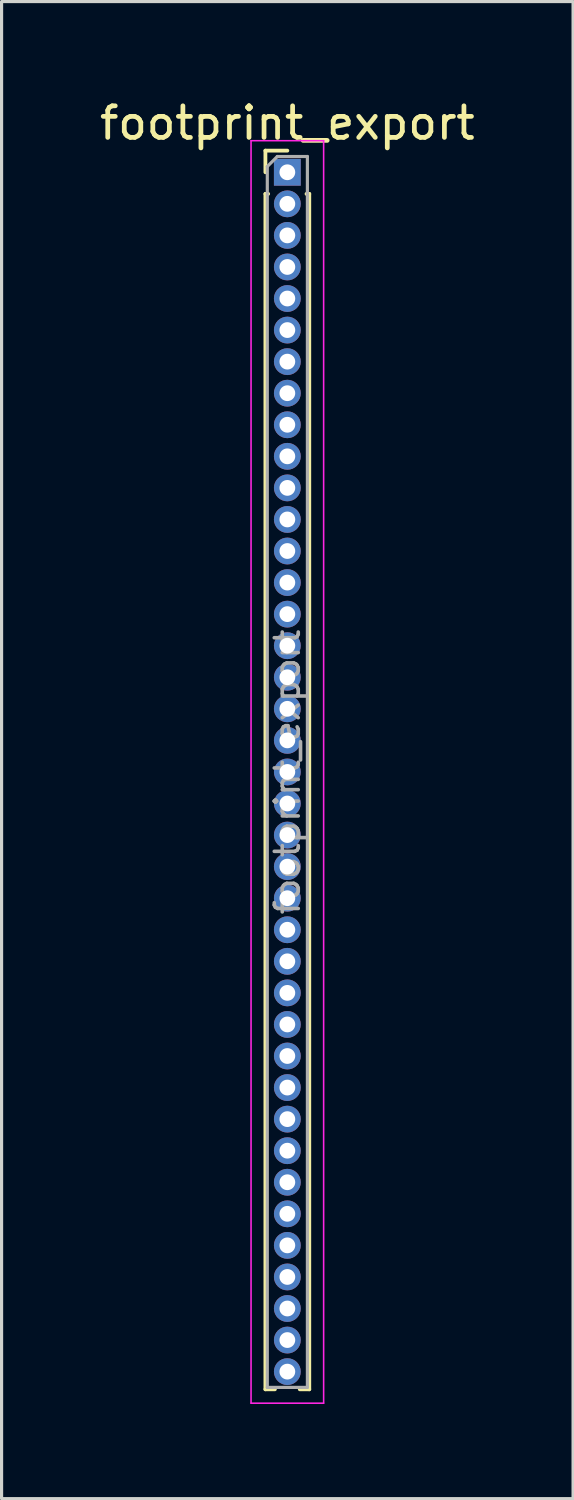
<source format=kicad_pcb>
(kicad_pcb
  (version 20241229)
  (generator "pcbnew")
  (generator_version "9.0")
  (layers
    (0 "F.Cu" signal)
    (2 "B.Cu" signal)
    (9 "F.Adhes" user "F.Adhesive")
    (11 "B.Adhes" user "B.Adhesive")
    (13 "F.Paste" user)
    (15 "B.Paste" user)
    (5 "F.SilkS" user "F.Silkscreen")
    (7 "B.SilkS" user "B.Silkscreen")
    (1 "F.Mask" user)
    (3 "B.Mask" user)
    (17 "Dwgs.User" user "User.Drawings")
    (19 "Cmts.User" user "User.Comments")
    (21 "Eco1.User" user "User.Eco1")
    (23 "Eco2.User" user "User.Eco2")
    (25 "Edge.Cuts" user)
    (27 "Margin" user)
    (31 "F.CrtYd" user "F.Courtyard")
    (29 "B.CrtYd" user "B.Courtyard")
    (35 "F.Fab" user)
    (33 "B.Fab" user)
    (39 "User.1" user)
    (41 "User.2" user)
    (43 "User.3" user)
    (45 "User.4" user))
  (footprint "footprint_export"
    (layer "F.Cu")
    (at 6.054 2.408)
    (property "Reference" "footprint_export" (at 0 -1.56 0) (layer "F.SilkS") (effects (font (size 1 1) (thickness 0.15))))
    (attr through_hole)
    (fp_line (start -0.695 -0.685) (end 0 -0.685) (stroke (width 0.12) (type solid)) (layer "F.SilkS"))
    (fp_line (start -0.695 0) (end -0.695 -0.685) (stroke (width 0.12) (type solid)) (layer "F.SilkS"))
    (fp_line (start -0.695 0.685) (end -0.695 38.56) (stroke (width 0.12) (type solid)) (layer "F.SilkS"))
    (fp_line (start -0.695 0.685) (end -0.608 0.685) (stroke (width 0.12) (type solid)) (layer "F.SilkS"))
    (fp_line (start -0.695 38.56) (end -0.394 38.56) (stroke (width 0.12) (type solid)) (layer "F.SilkS"))
    (fp_line (start 0.394 38.56) (end 0.695 38.56) (stroke (width 0.12) (type solid)) (layer "F.SilkS"))
    (fp_line (start 0.608 0.685) (end 0.695 0.685) (stroke (width 0.12) (type solid)) (layer "F.SilkS"))
    (fp_line (start 0.695 0.685) (end 0.695 38.56) (stroke (width 0.12) (type solid)) (layer "F.SilkS"))
    (fp_line (start -1.15 -1) (end -1.15 39) (stroke (width 0.05) (type solid)) (layer "F.CrtYd"))
    (fp_line (start -1.15 39) (end 1.15 39) (stroke (width 0.05) (type solid)) (layer "F.CrtYd"))
    (fp_line (start 1.15 -1) (end -1.15 -1) (stroke (width 0.05) (type solid)) (layer "F.CrtYd"))
    (fp_line (start 1.15 39) (end 1.15 -1) (stroke (width 0.05) (type solid)) (layer "F.CrtYd"))
    (fp_line (start -0.635 -0.182) (end -0.318 -0.5) (stroke (width 0.1) (type solid)) (layer "F.Fab"))
    (fp_line (start -0.635 38.5) (end -0.635 -0.182) (stroke (width 0.1) (type solid)) (layer "F.Fab"))
    (fp_line (start -0.318 -0.5) (end 0.635 -0.5) (stroke (width 0.1) (type solid)) (layer "F.Fab"))
    (fp_line (start 0.635 -0.5) (end 0.635 38.5) (stroke (width 0.1) (type solid)) (layer "F.Fab"))
    (fp_line (start 0.635 38.5) (end -0.635 38.5) (stroke (width 0.1) (type solid)) (layer "F.Fab"))
    (fp_text user "${REFERENCE}" (at 0 19 90) (layer "F.Fab") (effects (font (size 0.76 0.76) (thickness 0.114))))
    (pad "1" thru_hole rect (at 0 0) (size 0.85 0.85) (drill 0.5) (layers "*.Cu" "*.Mask"))
    (pad "2" thru_hole oval (at 0 1) (size 0.85 0.85) (drill 0.5) (layers "*.Cu" "*.Mask"))
    (pad "3" thru_hole oval (at 0 2) (size 0.85 0.85) (drill 0.5) (layers "*.Cu" "*.Mask"))
    (pad "4" thru_hole oval (at 0 3) (size 0.85 0.85) (drill 0.5) (layers "*.Cu" "*.Mask"))
    (pad "5" thru_hole oval (at 0 4) (size 0.85 0.85) (drill 0.5) (layers "*.Cu" "*.Mask"))
    (pad "6" thru_hole oval (at 0 5) (size 0.85 0.85) (drill 0.5) (layers "*.Cu" "*.Mask"))
    (pad "7" thru_hole oval (at 0 6) (size 0.85 0.85) (drill 0.5) (layers "*.Cu" "*.Mask"))
    (pad "8" thru_hole oval (at 0 7) (size 0.85 0.85) (drill 0.5) (layers "*.Cu" "*.Mask"))
    (pad "9" thru_hole oval (at 0 8) (size 0.85 0.85) (drill 0.5) (layers "*.Cu" "*.Mask"))
    (pad "10" thru_hole oval (at 0 9) (size 0.85 0.85) (drill 0.5) (layers "*.Cu" "*.Mask"))
    (pad "11" thru_hole oval (at 0 10) (size 0.85 0.85) (drill 0.5) (layers "*.Cu" "*.Mask"))
    (pad "12" thru_hole oval (at 0 11) (size 0.85 0.85) (drill 0.5) (layers "*.Cu" "*.Mask"))
    (pad "13" thru_hole oval (at 0 12) (size 0.85 0.85) (drill 0.5) (layers "*.Cu" "*.Mask"))
    (pad "14" thru_hole oval (at 0 13) (size 0.85 0.85) (drill 0.5) (layers "*.Cu" "*.Mask"))
    (pad "15" thru_hole oval (at 0 14) (size 0.85 0.85) (drill 0.5) (layers "*.Cu" "*.Mask"))
    (pad "16" thru_hole oval (at 0 15) (size 0.85 0.85) (drill 0.5) (layers "*.Cu" "*.Mask"))
    (pad "17" thru_hole oval (at 0 16) (size 0.85 0.85) (drill 0.5) (layers "*.Cu" "*.Mask"))
    (pad "18" thru_hole oval (at 0 17) (size 0.85 0.85) (drill 0.5) (layers "*.Cu" "*.Mask"))
    (pad "19" thru_hole oval (at 0 18) (size 0.85 0.85) (drill 0.5) (layers "*.Cu" "*.Mask"))
    (pad "20" thru_hole oval (at 0 19) (size 0.85 0.85) (drill 0.5) (layers "*.Cu" "*.Mask"))
    (pad "21" thru_hole oval (at 0 20) (size 0.85 0.85) (drill 0.5) (layers "*.Cu" "*.Mask"))
    (pad "22" thru_hole oval (at 0 21) (size 0.85 0.85) (drill 0.5) (layers "*.Cu" "*.Mask"))
    (pad "23" thru_hole oval (at 0 22) (size 0.85 0.85) (drill 0.5) (layers "*.Cu" "*.Mask"))
    (pad "24" thru_hole oval (at 0 23) (size 0.85 0.85) (drill 0.5) (layers "*.Cu" "*.Mask"))
    (pad "25" thru_hole oval (at 0 24) (size 0.85 0.85) (drill 0.5) (layers "*.Cu" "*.Mask"))
    (pad "26" thru_hole oval (at 0 25) (size 0.85 0.85) (drill 0.5) (layers "*.Cu" "*.Mask"))
    (pad "27" thru_hole oval (at 0 26) (size 0.85 0.85) (drill 0.5) (layers "*.Cu" "*.Mask"))
    (pad "28" thru_hole oval (at 0 27) (size 0.85 0.85) (drill 0.5) (layers "*.Cu" "*.Mask"))
    (pad "29" thru_hole oval (at 0 28) (size 0.85 0.85) (drill 0.5) (layers "*.Cu" "*.Mask"))
    (pad "30" thru_hole oval (at 0 29) (size 0.85 0.85) (drill 0.5) (layers "*.Cu" "*.Mask"))
    (pad "31" thru_hole oval (at 0 30) (size 0.85 0.85) (drill 0.5) (layers "*.Cu" "*.Mask"))
    (pad "32" thru_hole oval (at 0 31) (size 0.85 0.85) (drill 0.5) (layers "*.Cu" "*.Mask"))
    (pad "33" thru_hole oval (at 0 32) (size 0.85 0.85) (drill 0.5) (layers "*.Cu" "*.Mask"))
    (pad "34" thru_hole oval (at 0 33) (size 0.85 0.85) (drill 0.5) (layers "*.Cu" "*.Mask"))
    (pad "35" thru_hole oval (at 0 34) (size 0.85 0.85) (drill 0.5) (layers "*.Cu" "*.Mask"))
    (pad "36" thru_hole oval (at 0 35) (size 0.85 0.85) (drill 0.5) (layers "*.Cu" "*.Mask"))
    (pad "37" thru_hole oval (at 0 36) (size 0.85 0.85) (drill 0.5) (layers "*.Cu" "*.Mask"))
    (pad "38" thru_hole oval (at 0 37) (size 0.85 0.85) (drill 0.5) (layers "*.Cu" "*.Mask"))
    (pad "39" thru_hole oval (at 0 38) (size 0.85 0.85) (drill 0.5) (layers "*.Cu" "*.Mask")))
  (gr_rect
    (start -3 -3)
    (end 15.107 44.433)
    (stroke (width 0.1) (type default))
    (fill no)
    (layer "Edge.Cuts")))
</source>
